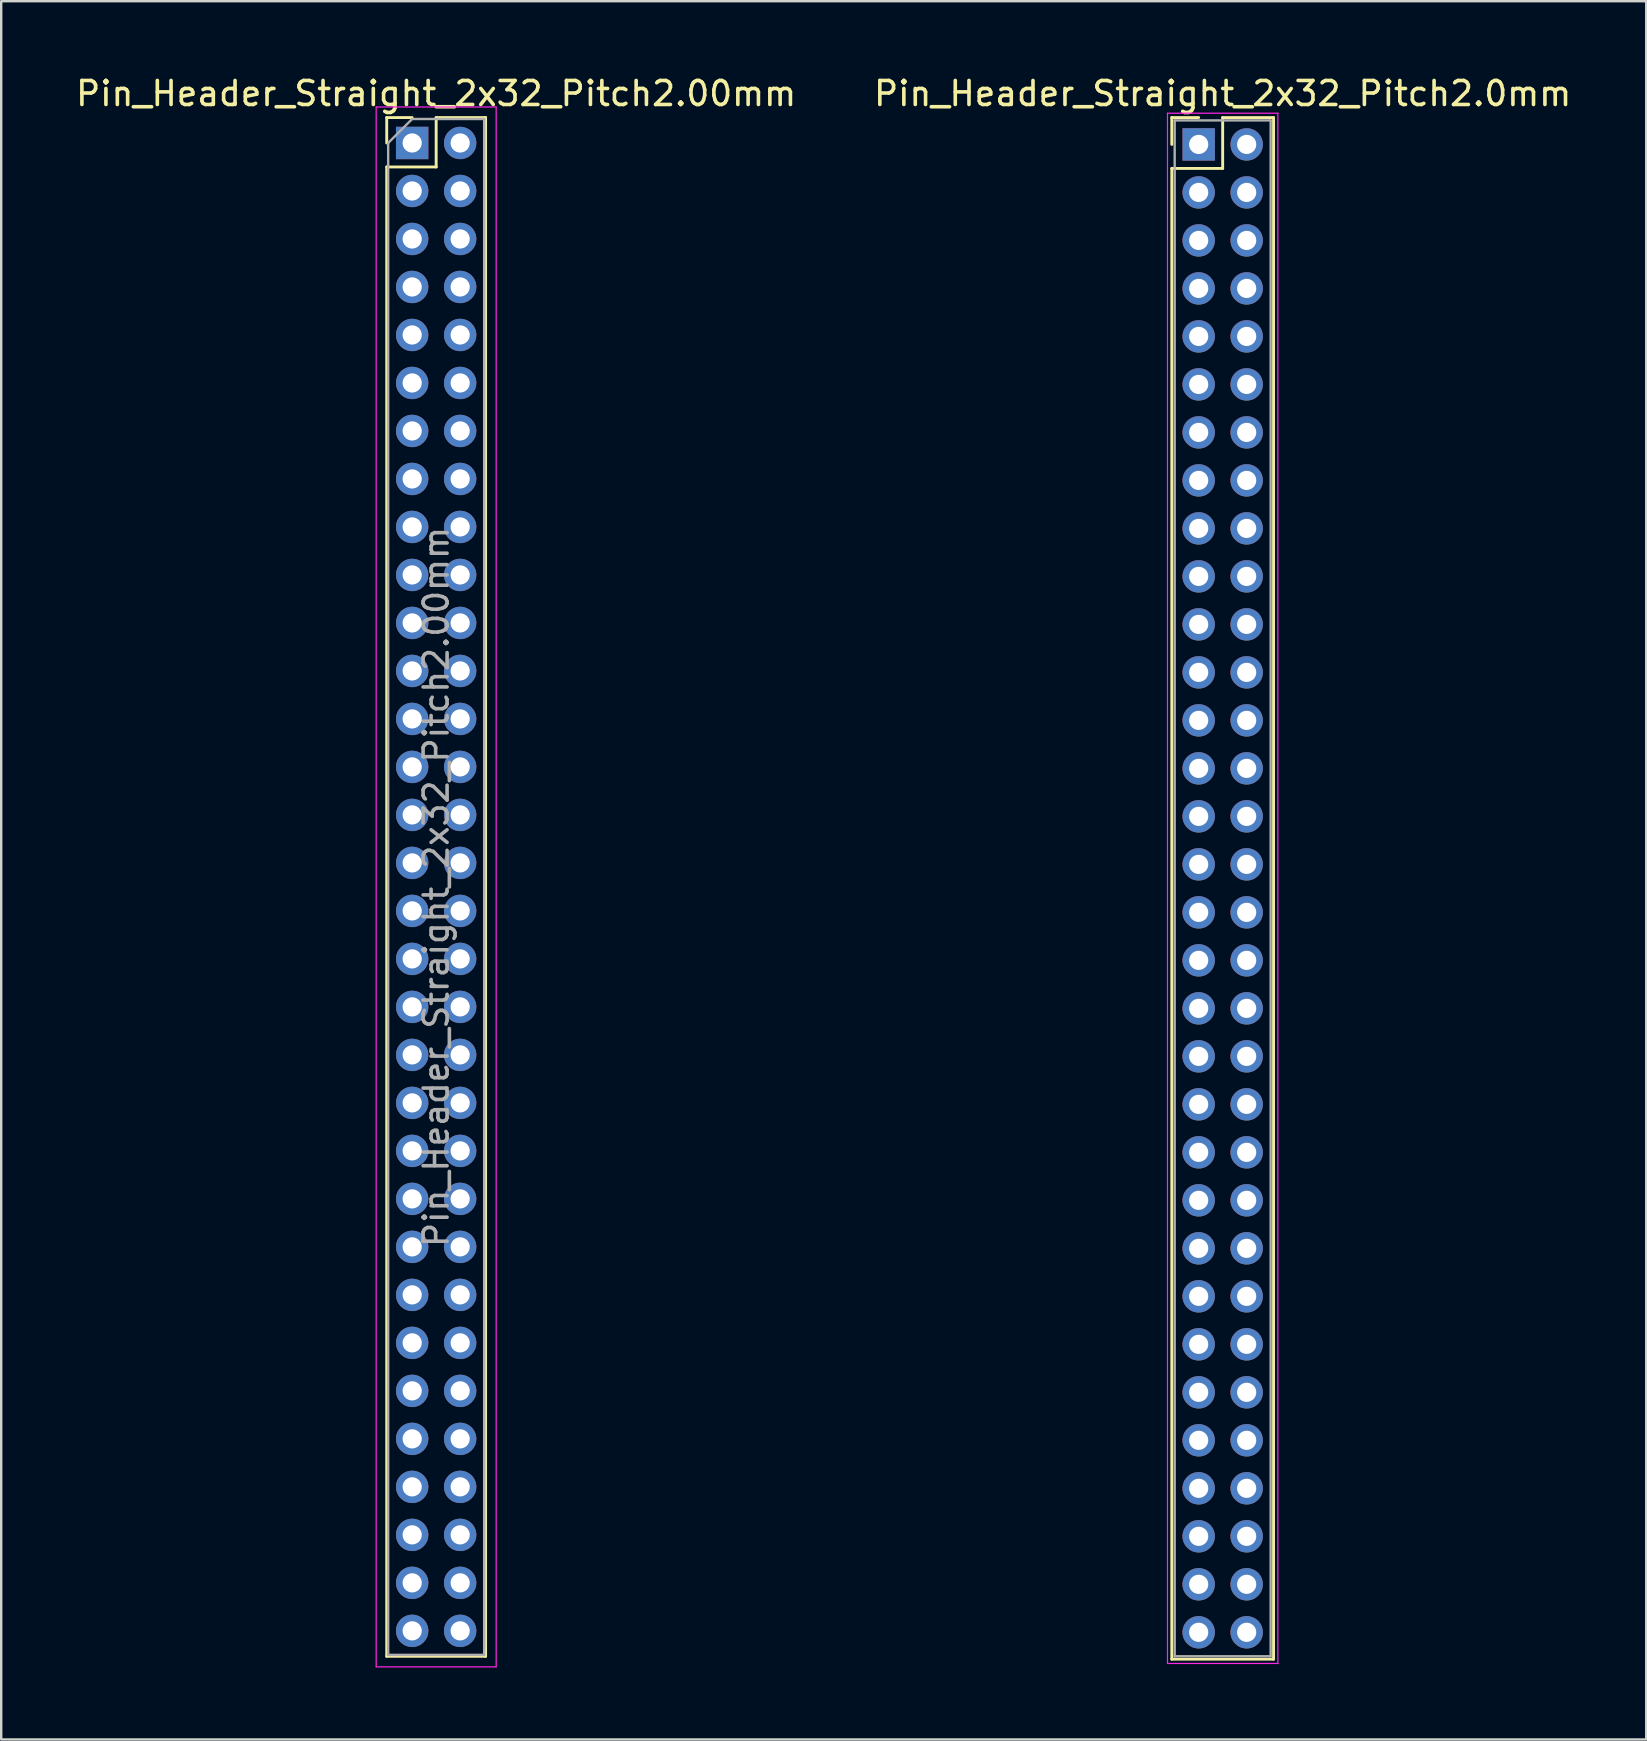
<source format=kicad_pcb>
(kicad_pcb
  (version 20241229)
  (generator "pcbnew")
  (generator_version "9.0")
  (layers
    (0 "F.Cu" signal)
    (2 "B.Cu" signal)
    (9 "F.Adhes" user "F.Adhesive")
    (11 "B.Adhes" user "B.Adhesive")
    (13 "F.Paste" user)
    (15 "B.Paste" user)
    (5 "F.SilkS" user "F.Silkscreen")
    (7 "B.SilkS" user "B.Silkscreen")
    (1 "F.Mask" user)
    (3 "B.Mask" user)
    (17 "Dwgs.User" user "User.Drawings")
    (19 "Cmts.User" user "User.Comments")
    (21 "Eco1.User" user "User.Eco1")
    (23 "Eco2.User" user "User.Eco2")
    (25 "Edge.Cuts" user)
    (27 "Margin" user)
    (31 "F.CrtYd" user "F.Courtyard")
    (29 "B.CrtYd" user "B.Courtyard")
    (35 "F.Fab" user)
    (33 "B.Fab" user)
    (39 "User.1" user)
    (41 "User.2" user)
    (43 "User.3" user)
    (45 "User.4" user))
  (footprint "Pin_Header_Straight_2x32_Pitch2.00mm"
    (layer "F.Cu")
    (at 14.125 2.908)
    (property "Reference" "Pin_Header_Straight_2x32_Pitch2.00mm" (at 1 -2.06 0) (layer "F.SilkS") (effects (font (size 1 1) (thickness 0.15))))
    (attr through_hole)
    (fp_line (start -1.06 -1.06) (end 0 -1.06) (stroke (width 0.12) (type solid)) (layer "F.SilkS"))
    (fp_line (start -1.06 0) (end -1.06 -1.06) (stroke (width 0.12) (type solid)) (layer "F.SilkS"))
    (fp_line (start -1.06 1) (end -1.06 63.06) (stroke (width 0.12) (type solid)) (layer "F.SilkS"))
    (fp_line (start -1.06 63.06) (end 3.06 63.06) (stroke (width 0.12) (type solid)) (layer "F.SilkS"))
    (fp_line (start 1 -1.06) (end 1 1) (stroke (width 0.12) (type solid)) (layer "F.SilkS"))
    (fp_line (start 1 1) (end -1.06 1) (stroke (width 0.12) (type solid)) (layer "F.SilkS"))
    (fp_line (start 3.06 -1.06) (end 1 -1.06) (stroke (width 0.12) (type solid)) (layer "F.SilkS"))
    (fp_line (start 3.06 63.06) (end 3.06 -1.06) (stroke (width 0.12) (type solid)) (layer "F.SilkS"))
    (fp_line (start -1.5 -1.5) (end -1.5 63.5) (stroke (width 0.05) (type solid)) (layer "F.CrtYd"))
    (fp_line (start -1.5 63.5) (end 3.5 63.5) (stroke (width 0.05) (type solid)) (layer "F.CrtYd"))
    (fp_line (start 3.5 -1.5) (end -1.5 -1.5) (stroke (width 0.05) (type solid)) (layer "F.CrtYd"))
    (fp_line (start 3.5 63.5) (end 3.5 -1.5) (stroke (width 0.05) (type solid)) (layer "F.CrtYd"))
    (fp_line (start -1 0) (end 0 -1) (stroke (width 0.1) (type solid)) (layer "F.Fab"))
    (fp_line (start -1 63) (end -1 0) (stroke (width 0.1) (type solid)) (layer "F.Fab"))
    (fp_line (start 0 -1) (end 3 -1) (stroke (width 0.1) (type solid)) (layer "F.Fab"))
    (fp_line (start 3 -1) (end 3 63) (stroke (width 0.1) (type solid)) (layer "F.Fab"))
    (fp_line (start 3 63) (end -1 63) (stroke (width 0.1) (type solid)) (layer "F.Fab"))
    (fp_text user "${REFERENCE}" (at 1 31 90) (layer "F.Fab") (effects (font (size 1 1) (thickness 0.15))))
    (pad "1" thru_hole rect (at 0 0) (size 1.35 1.35) (drill 0.8) (layers "*.Cu" "*.Mask"))
    (pad "2" thru_hole oval (at 2 0) (size 1.35 1.35) (drill 0.8) (layers "*.Cu" "*.Mask"))
    (pad "3" thru_hole oval (at 0 2) (size 1.35 1.35) (drill 0.8) (layers "*.Cu" "*.Mask"))
    (pad "4" thru_hole oval (at 2 2) (size 1.35 1.35) (drill 0.8) (layers "*.Cu" "*.Mask"))
    (pad "5" thru_hole oval (at 0 4) (size 1.35 1.35) (drill 0.8) (layers "*.Cu" "*.Mask"))
    (pad "6" thru_hole oval (at 2 4) (size 1.35 1.35) (drill 0.8) (layers "*.Cu" "*.Mask"))
    (pad "7" thru_hole oval (at 0 6) (size 1.35 1.35) (drill 0.8) (layers "*.Cu" "*.Mask"))
    (pad "8" thru_hole oval (at 2 6) (size 1.35 1.35) (drill 0.8) (layers "*.Cu" "*.Mask"))
    (pad "9" thru_hole oval (at 0 8) (size 1.35 1.35) (drill 0.8) (layers "*.Cu" "*.Mask"))
    (pad "10" thru_hole oval (at 2 8) (size 1.35 1.35) (drill 0.8) (layers "*.Cu" "*.Mask"))
    (pad "11" thru_hole oval (at 0 10) (size 1.35 1.35) (drill 0.8) (layers "*.Cu" "*.Mask"))
    (pad "12" thru_hole oval (at 2 10) (size 1.35 1.35) (drill 0.8) (layers "*.Cu" "*.Mask"))
    (pad "13" thru_hole oval (at 0 12) (size 1.35 1.35) (drill 0.8) (layers "*.Cu" "*.Mask"))
    (pad "14" thru_hole oval (at 2 12) (size 1.35 1.35) (drill 0.8) (layers "*.Cu" "*.Mask"))
    (pad "15" thru_hole oval (at 0 14) (size 1.35 1.35) (drill 0.8) (layers "*.Cu" "*.Mask"))
    (pad "16" thru_hole oval (at 2 14) (size 1.35 1.35) (drill 0.8) (layers "*.Cu" "*.Mask"))
    (pad "17" thru_hole oval (at 0 16) (size 1.35 1.35) (drill 0.8) (layers "*.Cu" "*.Mask"))
    (pad "18" thru_hole oval (at 2 16) (size 1.35 1.35) (drill 0.8) (layers "*.Cu" "*.Mask"))
    (pad "19" thru_hole oval (at 0 18) (size 1.35 1.35) (drill 0.8) (layers "*.Cu" "*.Mask"))
    (pad "20" thru_hole oval (at 2 18) (size 1.35 1.35) (drill 0.8) (layers "*.Cu" "*.Mask"))
    (pad "21" thru_hole oval (at 0 20) (size 1.35 1.35) (drill 0.8) (layers "*.Cu" "*.Mask"))
    (pad "22" thru_hole oval (at 2 20) (size 1.35 1.35) (drill 0.8) (layers "*.Cu" "*.Mask"))
    (pad "23" thru_hole oval (at 0 22) (size 1.35 1.35) (drill 0.8) (layers "*.Cu" "*.Mask"))
    (pad "24" thru_hole oval (at 2 22) (size 1.35 1.35) (drill 0.8) (layers "*.Cu" "*.Mask"))
    (pad "25" thru_hole oval (at 0 24) (size 1.35 1.35) (drill 0.8) (layers "*.Cu" "*.Mask"))
    (pad "26" thru_hole oval (at 2 24) (size 1.35 1.35) (drill 0.8) (layers "*.Cu" "*.Mask"))
    (pad "27" thru_hole oval (at 0 26) (size 1.35 1.35) (drill 0.8) (layers "*.Cu" "*.Mask"))
    (pad "28" thru_hole oval (at 2 26) (size 1.35 1.35) (drill 0.8) (layers "*.Cu" "*.Mask"))
    (pad "29" thru_hole oval (at 0 28) (size 1.35 1.35) (drill 0.8) (layers "*.Cu" "*.Mask"))
    (pad "30" thru_hole oval (at 2 28) (size 1.35 1.35) (drill 0.8) (layers "*.Cu" "*.Mask"))
    (pad "31" thru_hole oval (at 0 30) (size 1.35 1.35) (drill 0.8) (layers "*.Cu" "*.Mask"))
    (pad "32" thru_hole oval (at 2 30) (size 1.35 1.35) (drill 0.8) (layers "*.Cu" "*.Mask"))
    (pad "33" thru_hole oval (at 0 32) (size 1.35 1.35) (drill 0.8) (layers "*.Cu" "*.Mask"))
    (pad "34" thru_hole oval (at 2 32) (size 1.35 1.35) (drill 0.8) (layers "*.Cu" "*.Mask"))
    (pad "35" thru_hole oval (at 0 34) (size 1.35 1.35) (drill 0.8) (layers "*.Cu" "*.Mask"))
    (pad "36" thru_hole oval (at 2 34) (size 1.35 1.35) (drill 0.8) (layers "*.Cu" "*.Mask"))
    (pad "37" thru_hole oval (at 0 36) (size 1.35 1.35) (drill 0.8) (layers "*.Cu" "*.Mask"))
    (pad "38" thru_hole oval (at 2 36) (size 1.35 1.35) (drill 0.8) (layers "*.Cu" "*.Mask"))
    (pad "39" thru_hole oval (at 0 38) (size 1.35 1.35) (drill 0.8) (layers "*.Cu" "*.Mask"))
    (pad "40" thru_hole oval (at 2 38) (size 1.35 1.35) (drill 0.8) (layers "*.Cu" "*.Mask"))
    (pad "41" thru_hole oval (at 0 40) (size 1.35 1.35) (drill 0.8) (layers "*.Cu" "*.Mask"))
    (pad "42" thru_hole oval (at 2 40) (size 1.35 1.35) (drill 0.8) (layers "*.Cu" "*.Mask"))
    (pad "43" thru_hole oval (at 0 42) (size 1.35 1.35) (drill 0.8) (layers "*.Cu" "*.Mask"))
    (pad "44" thru_hole oval (at 2 42) (size 1.35 1.35) (drill 0.8) (layers "*.Cu" "*.Mask"))
    (pad "45" thru_hole oval (at 0 44) (size 1.35 1.35) (drill 0.8) (layers "*.Cu" "*.Mask"))
    (pad "46" thru_hole oval (at 2 44) (size 1.35 1.35) (drill 0.8) (layers "*.Cu" "*.Mask"))
    (pad "47" thru_hole oval (at 0 46) (size 1.35 1.35) (drill 0.8) (layers "*.Cu" "*.Mask"))
    (pad "48" thru_hole oval (at 2 46) (size 1.35 1.35) (drill 0.8) (layers "*.Cu" "*.Mask"))
    (pad "49" thru_hole oval (at 0 48) (size 1.35 1.35) (drill 0.8) (layers "*.Cu" "*.Mask"))
    (pad "50" thru_hole oval (at 2 48) (size 1.35 1.35) (drill 0.8) (layers "*.Cu" "*.Mask"))
    (pad "51" thru_hole oval (at 0 50) (size 1.35 1.35) (drill 0.8) (layers "*.Cu" "*.Mask"))
    (pad "52" thru_hole oval (at 2 50) (size 1.35 1.35) (drill 0.8) (layers "*.Cu" "*.Mask"))
    (pad "53" thru_hole oval (at 0 52) (size 1.35 1.35) (drill 0.8) (layers "*.Cu" "*.Mask"))
    (pad "54" thru_hole oval (at 2 52) (size 1.35 1.35) (drill 0.8) (layers "*.Cu" "*.Mask"))
    (pad "55" thru_hole oval (at 0 54) (size 1.35 1.35) (drill 0.8) (layers "*.Cu" "*.Mask"))
    (pad "56" thru_hole oval (at 2 54) (size 1.35 1.35) (drill 0.8) (layers "*.Cu" "*.Mask"))
    (pad "57" thru_hole oval (at 0 56) (size 1.35 1.35) (drill 0.8) (layers "*.Cu" "*.Mask"))
    (pad "58" thru_hole oval (at 2 56) (size 1.35 1.35) (drill 0.8) (layers "*.Cu" "*.Mask"))
    (pad "59" thru_hole oval (at 0 58) (size 1.35 1.35) (drill 0.8) (layers "*.Cu" "*.Mask"))
    (pad "60" thru_hole oval (at 2 58) (size 1.35 1.35) (drill 0.8) (layers "*.Cu" "*.Mask"))
    (pad "61" thru_hole oval (at 0 60) (size 1.35 1.35) (drill 0.8) (layers "*.Cu" "*.Mask"))
    (pad "62" thru_hole oval (at 2 60) (size 1.35 1.35) (drill 0.8) (layers "*.Cu" "*.Mask"))
    (pad "63" thru_hole oval (at 0 62) (size 1.35 1.35) (drill 0.8) (layers "*.Cu" "*.Mask"))
    (pad "64" thru_hole oval (at 2 62) (size 1.35 1.35) (drill 0.8) (layers "*.Cu" "*.Mask")))
  (footprint "Pin_Header_Straight_2x32_Pitch2.0mm"
    (layer "F.Cu")
    (at 46.899 2.968)
    (property "Reference" "Pin_Header_Straight_2x32_Pitch2.0mm" (at 1 -2.12 0) (layer "F.SilkS") (effects (font (size 1 1) (thickness 0.15))))
    (attr through_hole)
    (fp_line (start -1.12 -1.12) (end 0 -1.12) (stroke (width 0.12) (type solid)) (layer "F.SilkS"))
    (fp_line (start -1.12 0) (end -1.12 -1.12) (stroke (width 0.12) (type solid)) (layer "F.SilkS"))
    (fp_line (start -1.12 1) (end -1.12 63.12) (stroke (width 0.12) (type solid)) (layer "F.SilkS"))
    (fp_line (start -1.12 63.12) (end 3.12 63.12) (stroke (width 0.12) (type solid)) (layer "F.SilkS"))
    (fp_line (start 1 -1.12) (end 1 1) (stroke (width 0.12) (type solid)) (layer "F.SilkS"))
    (fp_line (start 1 1) (end -1.12 1) (stroke (width 0.12) (type solid)) (layer "F.SilkS"))
    (fp_line (start 3.12 -1.12) (end 1 -1.12) (stroke (width 0.12) (type solid)) (layer "F.SilkS"))
    (fp_line (start 3.12 63.12) (end 3.12 -1.12) (stroke (width 0.12) (type solid)) (layer "F.SilkS"))
    (fp_line (start -1.3 -1.3) (end -1.3 63.3) (stroke (width 0.05) (type solid)) (layer "F.CrtYd"))
    (fp_line (start -1.3 63.3) (end 3.3 63.3) (stroke (width 0.05) (type solid)) (layer "F.CrtYd"))
    (fp_line (start 3.3 -1.3) (end -1.3 -1.3) (stroke (width 0.05) (type solid)) (layer "F.CrtYd"))
    (fp_line (start 3.3 63.3) (end 3.3 -1.3) (stroke (width 0.05) (type solid)) (layer "F.CrtYd"))
    (fp_line (start -1 -1) (end -1 63) (stroke (width 0.1) (type solid)) (layer "F.Fab"))
    (fp_line (start -1 63) (end 3 63) (stroke (width 0.1) (type solid)) (layer "F.Fab"))
    (fp_line (start 3 -1) (end -1 -1) (stroke (width 0.1) (type solid)) (layer "F.Fab"))
    (fp_line (start 3 63) (end 3 -1) (stroke (width 0.1) (type solid)) (layer "F.Fab"))
    (pad "1" thru_hole rect (at 0 0) (size 1.35 1.35) (drill 0.8) (layers "*.Cu" "*.Mask"))
    (pad "2" thru_hole oval (at 2 0) (size 1.35 1.35) (drill 0.8) (layers "*.Cu" "*.Mask"))
    (pad "3" thru_hole oval (at 0 2) (size 1.35 1.35) (drill 0.8) (layers "*.Cu" "*.Mask"))
    (pad "4" thru_hole oval (at 2 2) (size 1.35 1.35) (drill 0.8) (layers "*.Cu" "*.Mask"))
    (pad "5" thru_hole oval (at 0 4) (size 1.35 1.35) (drill 0.8) (layers "*.Cu" "*.Mask"))
    (pad "6" thru_hole oval (at 2 4) (size 1.35 1.35) (drill 0.8) (layers "*.Cu" "*.Mask"))
    (pad "7" thru_hole oval (at 0 6) (size 1.35 1.35) (drill 0.8) (layers "*.Cu" "*.Mask"))
    (pad "8" thru_hole oval (at 2 6) (size 1.35 1.35) (drill 0.8) (layers "*.Cu" "*.Mask"))
    (pad "9" thru_hole oval (at 0 8) (size 1.35 1.35) (drill 0.8) (layers "*.Cu" "*.Mask"))
    (pad "10" thru_hole oval (at 2 8) (size 1.35 1.35) (drill 0.8) (layers "*.Cu" "*.Mask"))
    (pad "11" thru_hole oval (at 0 10) (size 1.35 1.35) (drill 0.8) (layers "*.Cu" "*.Mask"))
    (pad "12" thru_hole oval (at 2 10) (size 1.35 1.35) (drill 0.8) (layers "*.Cu" "*.Mask"))
    (pad "13" thru_hole oval (at 0 12) (size 1.35 1.35) (drill 0.8) (layers "*.Cu" "*.Mask"))
    (pad "14" thru_hole oval (at 2 12) (size 1.35 1.35) (drill 0.8) (layers "*.Cu" "*.Mask"))
    (pad "15" thru_hole oval (at 0 14) (size 1.35 1.35) (drill 0.8) (layers "*.Cu" "*.Mask"))
    (pad "16" thru_hole oval (at 2 14) (size 1.35 1.35) (drill 0.8) (layers "*.Cu" "*.Mask"))
    (pad "17" thru_hole oval (at 0 16) (size 1.35 1.35) (drill 0.8) (layers "*.Cu" "*.Mask"))
    (pad "18" thru_hole oval (at 2 16) (size 1.35 1.35) (drill 0.8) (layers "*.Cu" "*.Mask"))
    (pad "19" thru_hole oval (at 0 18) (size 1.35 1.35) (drill 0.8) (layers "*.Cu" "*.Mask"))
    (pad "20" thru_hole oval (at 2 18) (size 1.35 1.35) (drill 0.8) (layers "*.Cu" "*.Mask"))
    (pad "21" thru_hole oval (at 0 20) (size 1.35 1.35) (drill 0.8) (layers "*.Cu" "*.Mask"))
    (pad "22" thru_hole oval (at 2 20) (size 1.35 1.35) (drill 0.8) (layers "*.Cu" "*.Mask"))
    (pad "23" thru_hole oval (at 0 22) (size 1.35 1.35) (drill 0.8) (layers "*.Cu" "*.Mask"))
    (pad "24" thru_hole oval (at 2 22) (size 1.35 1.35) (drill 0.8) (layers "*.Cu" "*.Mask"))
    (pad "25" thru_hole oval (at 0 24) (size 1.35 1.35) (drill 0.8) (layers "*.Cu" "*.Mask"))
    (pad "26" thru_hole oval (at 2 24) (size 1.35 1.35) (drill 0.8) (layers "*.Cu" "*.Mask"))
    (pad "27" thru_hole oval (at 0 26) (size 1.35 1.35) (drill 0.8) (layers "*.Cu" "*.Mask"))
    (pad "28" thru_hole oval (at 2 26) (size 1.35 1.35) (drill 0.8) (layers "*.Cu" "*.Mask"))
    (pad "29" thru_hole oval (at 0 28) (size 1.35 1.35) (drill 0.8) (layers "*.Cu" "*.Mask"))
    (pad "30" thru_hole oval (at 2 28) (size 1.35 1.35) (drill 0.8) (layers "*.Cu" "*.Mask"))
    (pad "31" thru_hole oval (at 0 30) (size 1.35 1.35) (drill 0.8) (layers "*.Cu" "*.Mask"))
    (pad "32" thru_hole oval (at 2 30) (size 1.35 1.35) (drill 0.8) (layers "*.Cu" "*.Mask"))
    (pad "33" thru_hole oval (at 0 32) (size 1.35 1.35) (drill 0.8) (layers "*.Cu" "*.Mask"))
    (pad "34" thru_hole oval (at 2 32) (size 1.35 1.35) (drill 0.8) (layers "*.Cu" "*.Mask"))
    (pad "35" thru_hole oval (at 0 34) (size 1.35 1.35) (drill 0.8) (layers "*.Cu" "*.Mask"))
    (pad "36" thru_hole oval (at 2 34) (size 1.35 1.35) (drill 0.8) (layers "*.Cu" "*.Mask"))
    (pad "37" thru_hole oval (at 0 36) (size 1.35 1.35) (drill 0.8) (layers "*.Cu" "*.Mask"))
    (pad "38" thru_hole oval (at 2 36) (size 1.35 1.35) (drill 0.8) (layers "*.Cu" "*.Mask"))
    (pad "39" thru_hole oval (at 0 38) (size 1.35 1.35) (drill 0.8) (layers "*.Cu" "*.Mask"))
    (pad "40" thru_hole oval (at 2 38) (size 1.35 1.35) (drill 0.8) (layers "*.Cu" "*.Mask"))
    (pad "41" thru_hole oval (at 0 40) (size 1.35 1.35) (drill 0.8) (layers "*.Cu" "*.Mask"))
    (pad "42" thru_hole oval (at 2 40) (size 1.35 1.35) (drill 0.8) (layers "*.Cu" "*.Mask"))
    (pad "43" thru_hole oval (at 0 42) (size 1.35 1.35) (drill 0.8) (layers "*.Cu" "*.Mask"))
    (pad "44" thru_hole oval (at 2 42) (size 1.35 1.35) (drill 0.8) (layers "*.Cu" "*.Mask"))
    (pad "45" thru_hole oval (at 0 44) (size 1.35 1.35) (drill 0.8) (layers "*.Cu" "*.Mask"))
    (pad "46" thru_hole oval (at 2 44) (size 1.35 1.35) (drill 0.8) (layers "*.Cu" "*.Mask"))
    (pad "47" thru_hole oval (at 0 46) (size 1.35 1.35) (drill 0.8) (layers "*.Cu" "*.Mask"))
    (pad "48" thru_hole oval (at 2 46) (size 1.35 1.35) (drill 0.8) (layers "*.Cu" "*.Mask"))
    (pad "49" thru_hole oval (at 0 48) (size 1.35 1.35) (drill 0.8) (layers "*.Cu" "*.Mask"))
    (pad "50" thru_hole oval (at 2 48) (size 1.35 1.35) (drill 0.8) (layers "*.Cu" "*.Mask"))
    (pad "51" thru_hole oval (at 0 50) (size 1.35 1.35) (drill 0.8) (layers "*.Cu" "*.Mask"))
    (pad "52" thru_hole oval (at 2 50) (size 1.35 1.35) (drill 0.8) (layers "*.Cu" "*.Mask"))
    (pad "53" thru_hole oval (at 0 52) (size 1.35 1.35) (drill 0.8) (layers "*.Cu" "*.Mask"))
    (pad "54" thru_hole oval (at 2 52) (size 1.35 1.35) (drill 0.8) (layers "*.Cu" "*.Mask"))
    (pad "55" thru_hole oval (at 0 54) (size 1.35 1.35) (drill 0.8) (layers "*.Cu" "*.Mask"))
    (pad "56" thru_hole oval (at 2 54) (size 1.35 1.35) (drill 0.8) (layers "*.Cu" "*.Mask"))
    (pad "57" thru_hole oval (at 0 56) (size 1.35 1.35) (drill 0.8) (layers "*.Cu" "*.Mask"))
    (pad "58" thru_hole oval (at 2 56) (size 1.35 1.35) (drill 0.8) (layers "*.Cu" "*.Mask"))
    (pad "59" thru_hole oval (at 0 58) (size 1.35 1.35) (drill 0.8) (layers "*.Cu" "*.Mask"))
    (pad "60" thru_hole oval (at 2 58) (size 1.35 1.35) (drill 0.8) (layers "*.Cu" "*.Mask"))
    (pad "61" thru_hole oval (at 0 60) (size 1.35 1.35) (drill 0.8) (layers "*.Cu" "*.Mask"))
    (pad "62" thru_hole oval (at 2 60) (size 1.35 1.35) (drill 0.8) (layers "*.Cu" "*.Mask"))
    (pad "63" thru_hole oval (at 0 62) (size 1.35 1.35) (drill 0.8) (layers "*.Cu" "*.Mask"))
    (pad "64" thru_hole oval (at 2 62) (size 1.35 1.35) (drill 0.8) (layers "*.Cu" "*.Mask")))
  (gr_rect
    (start -3 -3)
    (end 65.548 69.433)
    (stroke (width 0.1) (type default))
    (fill no)
    (layer "Edge.Cuts")))
</source>
